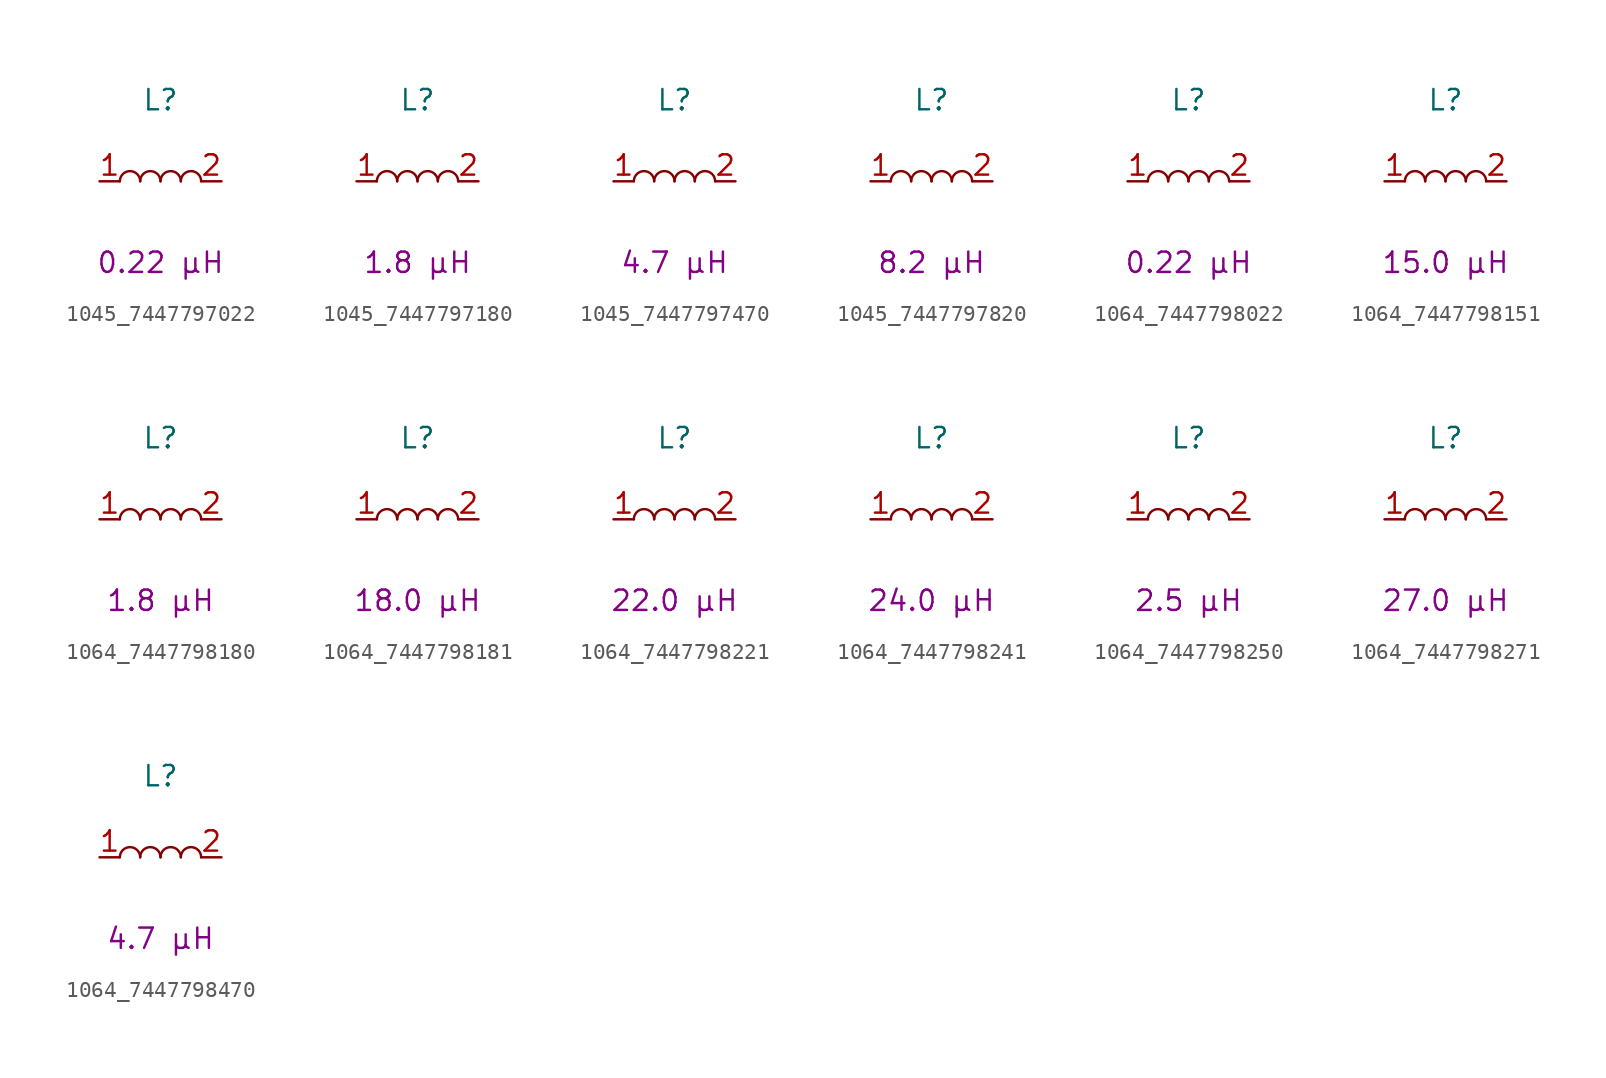
<source format=kicad_sym>
(kicad_symbol_lib
  (version 20220914)
  (generator kicad_symbol_editor)
  (symbol "1045_7447797022"
    (pin_names hide)
    (property "Reference" "L"
      (at 0 5.08 0)
      (effects (font (size 1.27 1.27))))
    (property "Critical Parameter" "0.22 µH"
      (at 0 -5.08 0)
      (effects (font (size 1.27 1.27))))
    (symbol "1045_7447797022_0_1"
      (arc (start -1.27 0) (mid -1.905 0.6323) (end -2.54 0) (stroke (width 0) (type default)) (fill (type none)))
      (arc (start 0 0) (mid -0.635 0.6323) (end -1.27 0) (stroke (width 0) (type default)) (fill (type none)))
      (arc (start 1.27 0) (mid 0.635 0.6323) (end 0 0) (stroke (width 0) (type default)) (fill (type none)))
      (arc (start 2.54 0) (mid 1.905 0.6323) (end 1.27 0) (stroke (width 0) (type default)) (fill (type none))))
    (symbol "1045_7447797022_1_1"
      (pin passive line (at -3.81 0 0) (length 1.27) (name "1" (effects (font (size 1.27 1.27)))) (number "1" (effects (font (size 1.27 1.27)))))
      (pin passive line (at 3.81 0 180) (length 1.27) (name "2" (effects (font (size 1.27 1.27)))) (number "2" (effects (font (size 1.27 1.27)))))))
  (symbol "1045_7447797180"
    (pin_names hide)
    (property "Reference" "L"
      (at 0 5.08 0)
      (effects (font (size 1.27 1.27))))
    (property "Critical Parameter" "1.8 µH"
      (at 0 -5.08 0)
      (effects (font (size 1.27 1.27))))
    (symbol "1045_7447797180_0_1"
      (arc (start -1.27 0) (mid -1.905 0.6323) (end -2.54 0) (stroke (width 0) (type default)) (fill (type none)))
      (arc (start 0 0) (mid -0.635 0.6323) (end -1.27 0) (stroke (width 0) (type default)) (fill (type none)))
      (arc (start 1.27 0) (mid 0.635 0.6323) (end 0 0) (stroke (width 0) (type default)) (fill (type none)))
      (arc (start 2.54 0) (mid 1.905 0.6323) (end 1.27 0) (stroke (width 0) (type default)) (fill (type none))))
    (symbol "1045_7447797180_1_1"
      (pin passive line (at -3.81 0 0) (length 1.27) (name "1" (effects (font (size 1.27 1.27)))) (number "1" (effects (font (size 1.27 1.27)))))
      (pin passive line (at 3.81 0 180) (length 1.27) (name "2" (effects (font (size 1.27 1.27)))) (number "2" (effects (font (size 1.27 1.27)))))))
  (symbol "1045_7447797470"
    (pin_names hide)
    (property "Reference" "L"
      (at 0 5.08 0)
      (effects (font (size 1.27 1.27))))
    (property "Critical Parameter" "4.7 µH"
      (at 0 -5.08 0)
      (effects (font (size 1.27 1.27))))
    (symbol "1045_7447797470_0_1"
      (arc (start -1.27 0) (mid -1.905 0.6323) (end -2.54 0) (stroke (width 0) (type default)) (fill (type none)))
      (arc (start 0 0) (mid -0.635 0.6323) (end -1.27 0) (stroke (width 0) (type default)) (fill (type none)))
      (arc (start 1.27 0) (mid 0.635 0.6323) (end 0 0) (stroke (width 0) (type default)) (fill (type none)))
      (arc (start 2.54 0) (mid 1.905 0.6323) (end 1.27 0) (stroke (width 0) (type default)) (fill (type none))))
    (symbol "1045_7447797470_1_1"
      (pin passive line (at -3.81 0 0) (length 1.27) (name "1" (effects (font (size 1.27 1.27)))) (number "1" (effects (font (size 1.27 1.27)))))
      (pin passive line (at 3.81 0 180) (length 1.27) (name "2" (effects (font (size 1.27 1.27)))) (number "2" (effects (font (size 1.27 1.27)))))))
  (symbol "1045_7447797820"
    (pin_names hide)
    (property "Reference" "L"
      (at 0 5.08 0)
      (effects (font (size 1.27 1.27))))
    (property "Critical Parameter" "8.2 µH"
      (at 0 -5.08 0)
      (effects (font (size 1.27 1.27))))
    (symbol "1045_7447797820_0_1"
      (arc (start -1.27 0) (mid -1.905 0.6323) (end -2.54 0) (stroke (width 0) (type default)) (fill (type none)))
      (arc (start 0 0) (mid -0.635 0.6323) (end -1.27 0) (stroke (width 0) (type default)) (fill (type none)))
      (arc (start 1.27 0) (mid 0.635 0.6323) (end 0 0) (stroke (width 0) (type default)) (fill (type none)))
      (arc (start 2.54 0) (mid 1.905 0.6323) (end 1.27 0) (stroke (width 0) (type default)) (fill (type none))))
    (symbol "1045_7447797820_1_1"
      (pin passive line (at -3.81 0 0) (length 1.27) (name "1" (effects (font (size 1.27 1.27)))) (number "1" (effects (font (size 1.27 1.27)))))
      (pin passive line (at 3.81 0 180) (length 1.27) (name "2" (effects (font (size 1.27 1.27)))) (number "2" (effects (font (size 1.27 1.27)))))))
  (symbol "1064_7447798022"
    (pin_names hide)
    (property "Reference" "L"
      (at 0 5.08 0)
      (effects (font (size 1.27 1.27))))
    (property "Critical Parameter" "0.22 µH"
      (at 0 -5.08 0)
      (effects (font (size 1.27 1.27))))
    (symbol "1064_7447798022_0_1"
      (arc (start -1.27 0) (mid -1.905 0.6323) (end -2.54 0) (stroke (width 0) (type default)) (fill (type none)))
      (arc (start 0 0) (mid -0.635 0.6323) (end -1.27 0) (stroke (width 0) (type default)) (fill (type none)))
      (arc (start 1.27 0) (mid 0.635 0.6323) (end 0 0) (stroke (width 0) (type default)) (fill (type none)))
      (arc (start 2.54 0) (mid 1.905 0.6323) (end 1.27 0) (stroke (width 0) (type default)) (fill (type none))))
    (symbol "1064_7447798022_1_1"
      (pin passive line (at -3.81 0 0) (length 1.27) (name "1" (effects (font (size 1.27 1.27)))) (number "1" (effects (font (size 1.27 1.27)))))
      (pin passive line (at 3.81 0 180) (length 1.27) (name "2" (effects (font (size 1.27 1.27)))) (number "2" (effects (font (size 1.27 1.27)))))))
  (symbol "1064_7447798151"
    (pin_names hide)
    (property "Reference" "L"
      (at 0 5.08 0)
      (effects (font (size 1.27 1.27))))
    (property "Critical Parameter" "15.0 µH"
      (at 0 -5.08 0)
      (effects (font (size 1.27 1.27))))
    (symbol "1064_7447798151_0_1"
      (arc (start -1.27 0) (mid -1.905 0.6323) (end -2.54 0) (stroke (width 0) (type default)) (fill (type none)))
      (arc (start 0 0) (mid -0.635 0.6323) (end -1.27 0) (stroke (width 0) (type default)) (fill (type none)))
      (arc (start 1.27 0) (mid 0.635 0.6323) (end 0 0) (stroke (width 0) (type default)) (fill (type none)))
      (arc (start 2.54 0) (mid 1.905 0.6323) (end 1.27 0) (stroke (width 0) (type default)) (fill (type none))))
    (symbol "1064_7447798151_1_1"
      (pin passive line (at -3.81 0 0) (length 1.27) (name "1" (effects (font (size 1.27 1.27)))) (number "1" (effects (font (size 1.27 1.27)))))
      (pin passive line (at 3.81 0 180) (length 1.27) (name "2" (effects (font (size 1.27 1.27)))) (number "2" (effects (font (size 1.27 1.27)))))))
  (symbol "1064_7447798180"
    (pin_names hide)
    (property "Reference" "L"
      (at 0 5.08 0)
      (effects (font (size 1.27 1.27))))
    (property "Critical Parameter" "1.8 µH"
      (at 0 -5.08 0)
      (effects (font (size 1.27 1.27))))
    (symbol "1064_7447798180_0_1"
      (arc (start -1.27 0) (mid -1.905 0.6323) (end -2.54 0) (stroke (width 0) (type default)) (fill (type none)))
      (arc (start 0 0) (mid -0.635 0.6323) (end -1.27 0) (stroke (width 0) (type default)) (fill (type none)))
      (arc (start 1.27 0) (mid 0.635 0.6323) (end 0 0) (stroke (width 0) (type default)) (fill (type none)))
      (arc (start 2.54 0) (mid 1.905 0.6323) (end 1.27 0) (stroke (width 0) (type default)) (fill (type none))))
    (symbol "1064_7447798180_1_1"
      (pin passive line (at -3.81 0 0) (length 1.27) (name "1" (effects (font (size 1.27 1.27)))) (number "1" (effects (font (size 1.27 1.27)))))
      (pin passive line (at 3.81 0 180) (length 1.27) (name "2" (effects (font (size 1.27 1.27)))) (number "2" (effects (font (size 1.27 1.27)))))))
  (symbol "1064_7447798181"
    (pin_names hide)
    (property "Reference" "L"
      (at 0 5.08 0)
      (effects (font (size 1.27 1.27))))
    (property "Critical Parameter" "18.0 µH"
      (at 0 -5.08 0)
      (effects (font (size 1.27 1.27))))
    (symbol "1064_7447798181_0_1"
      (arc (start -1.27 0) (mid -1.905 0.6323) (end -2.54 0) (stroke (width 0) (type default)) (fill (type none)))
      (arc (start 0 0) (mid -0.635 0.6323) (end -1.27 0) (stroke (width 0) (type default)) (fill (type none)))
      (arc (start 1.27 0) (mid 0.635 0.6323) (end 0 0) (stroke (width 0) (type default)) (fill (type none)))
      (arc (start 2.54 0) (mid 1.905 0.6323) (end 1.27 0) (stroke (width 0) (type default)) (fill (type none))))
    (symbol "1064_7447798181_1_1"
      (pin passive line (at -3.81 0 0) (length 1.27) (name "1" (effects (font (size 1.27 1.27)))) (number "1" (effects (font (size 1.27 1.27)))))
      (pin passive line (at 3.81 0 180) (length 1.27) (name "2" (effects (font (size 1.27 1.27)))) (number "2" (effects (font (size 1.27 1.27)))))))
  (symbol "1064_7447798221"
    (pin_names hide)
    (property "Reference" "L"
      (at 0 5.08 0)
      (effects (font (size 1.27 1.27))))
    (property "Critical Parameter" "22.0 µH"
      (at 0 -5.08 0)
      (effects (font (size 1.27 1.27))))
    (symbol "1064_7447798221_0_1"
      (arc (start -1.27 0) (mid -1.905 0.6323) (end -2.54 0) (stroke (width 0) (type default)) (fill (type none)))
      (arc (start 0 0) (mid -0.635 0.6323) (end -1.27 0) (stroke (width 0) (type default)) (fill (type none)))
      (arc (start 1.27 0) (mid 0.635 0.6323) (end 0 0) (stroke (width 0) (type default)) (fill (type none)))
      (arc (start 2.54 0) (mid 1.905 0.6323) (end 1.27 0) (stroke (width 0) (type default)) (fill (type none))))
    (symbol "1064_7447798221_1_1"
      (pin passive line (at -3.81 0 0) (length 1.27) (name "1" (effects (font (size 1.27 1.27)))) (number "1" (effects (font (size 1.27 1.27)))))
      (pin passive line (at 3.81 0 180) (length 1.27) (name "2" (effects (font (size 1.27 1.27)))) (number "2" (effects (font (size 1.27 1.27)))))))
  (symbol "1064_7447798241"
    (pin_names hide)
    (property "Reference" "L"
      (at 0 5.08 0)
      (effects (font (size 1.27 1.27))))
    (property "Critical Parameter" "24.0 µH"
      (at 0 -5.08 0)
      (effects (font (size 1.27 1.27))))
    (symbol "1064_7447798241_0_1"
      (arc (start -1.27 0) (mid -1.905 0.6323) (end -2.54 0) (stroke (width 0) (type default)) (fill (type none)))
      (arc (start 0 0) (mid -0.635 0.6323) (end -1.27 0) (stroke (width 0) (type default)) (fill (type none)))
      (arc (start 1.27 0) (mid 0.635 0.6323) (end 0 0) (stroke (width 0) (type default)) (fill (type none)))
      (arc (start 2.54 0) (mid 1.905 0.6323) (end 1.27 0) (stroke (width 0) (type default)) (fill (type none))))
    (symbol "1064_7447798241_1_1"
      (pin passive line (at -3.81 0 0) (length 1.27) (name "1" (effects (font (size 1.27 1.27)))) (number "1" (effects (font (size 1.27 1.27)))))
      (pin passive line (at 3.81 0 180) (length 1.27) (name "2" (effects (font (size 1.27 1.27)))) (number "2" (effects (font (size 1.27 1.27)))))))
  (symbol "1064_7447798250"
    (pin_names hide)
    (property "Reference" "L"
      (at 0 5.08 0)
      (effects (font (size 1.27 1.27))))
    (property "Critical Parameter" "2.5 µH"
      (at 0 -5.08 0)
      (effects (font (size 1.27 1.27))))
    (symbol "1064_7447798250_0_1"
      (arc (start -1.27 0) (mid -1.905 0.6323) (end -2.54 0) (stroke (width 0) (type default)) (fill (type none)))
      (arc (start 0 0) (mid -0.635 0.6323) (end -1.27 0) (stroke (width 0) (type default)) (fill (type none)))
      (arc (start 1.27 0) (mid 0.635 0.6323) (end 0 0) (stroke (width 0) (type default)) (fill (type none)))
      (arc (start 2.54 0) (mid 1.905 0.6323) (end 1.27 0) (stroke (width 0) (type default)) (fill (type none))))
    (symbol "1064_7447798250_1_1"
      (pin passive line (at -3.81 0 0) (length 1.27) (name "1" (effects (font (size 1.27 1.27)))) (number "1" (effects (font (size 1.27 1.27)))))
      (pin passive line (at 3.81 0 180) (length 1.27) (name "2" (effects (font (size 1.27 1.27)))) (number "2" (effects (font (size 1.27 1.27)))))))
  (symbol "1064_7447798271"
    (pin_names hide)
    (property "Reference" "L"
      (at 0 5.08 0)
      (effects (font (size 1.27 1.27))))
    (property "Critical Parameter" "27.0 µH"
      (at 0 -5.08 0)
      (effects (font (size 1.27 1.27))))
    (symbol "1064_7447798271_0_1"
      (arc (start -1.27 0) (mid -1.905 0.6323) (end -2.54 0) (stroke (width 0) (type default)) (fill (type none)))
      (arc (start 0 0) (mid -0.635 0.6323) (end -1.27 0) (stroke (width 0) (type default)) (fill (type none)))
      (arc (start 1.27 0) (mid 0.635 0.6323) (end 0 0) (stroke (width 0) (type default)) (fill (type none)))
      (arc (start 2.54 0) (mid 1.905 0.6323) (end 1.27 0) (stroke (width 0) (type default)) (fill (type none))))
    (symbol "1064_7447798271_1_1"
      (pin passive line (at -3.81 0 0) (length 1.27) (name "1" (effects (font (size 1.27 1.27)))) (number "1" (effects (font (size 1.27 1.27)))))
      (pin passive line (at 3.81 0 180) (length 1.27) (name "2" (effects (font (size 1.27 1.27)))) (number "2" (effects (font (size 1.27 1.27)))))))
  (symbol "1064_7447798470"
    (pin_names hide)
    (property "Reference" "L"
      (at 0 5.08 0)
      (effects (font (size 1.27 1.27))))
    (property "Critical Parameter" "4.7 µH"
      (at 0 -5.08 0)
      (effects (font (size 1.27 1.27))))
    (symbol "1064_7447798470_0_1"
      (arc (start -1.27 0) (mid -1.905 0.6323) (end -2.54 0) (stroke (width 0) (type default)) (fill (type none)))
      (arc (start 0 0) (mid -0.635 0.6323) (end -1.27 0) (stroke (width 0) (type default)) (fill (type none)))
      (arc (start 1.27 0) (mid 0.635 0.6323) (end 0 0) (stroke (width 0) (type default)) (fill (type none)))
      (arc (start 2.54 0) (mid 1.905 0.6323) (end 1.27 0) (stroke (width 0) (type default)) (fill (type none))))
    (symbol "1064_7447798470_1_1"
      (pin passive line (at -3.81 0 0) (length 1.27) (name "1" (effects (font (size 1.27 1.27)))) (number "1" (effects (font (size 1.27 1.27)))))
      (pin passive line (at 3.81 0 180) (length 1.27) (name "2" (effects (font (size 1.27 1.27)))) (number "2" (effects (font (size 1.27 1.27))))))))
</source>
